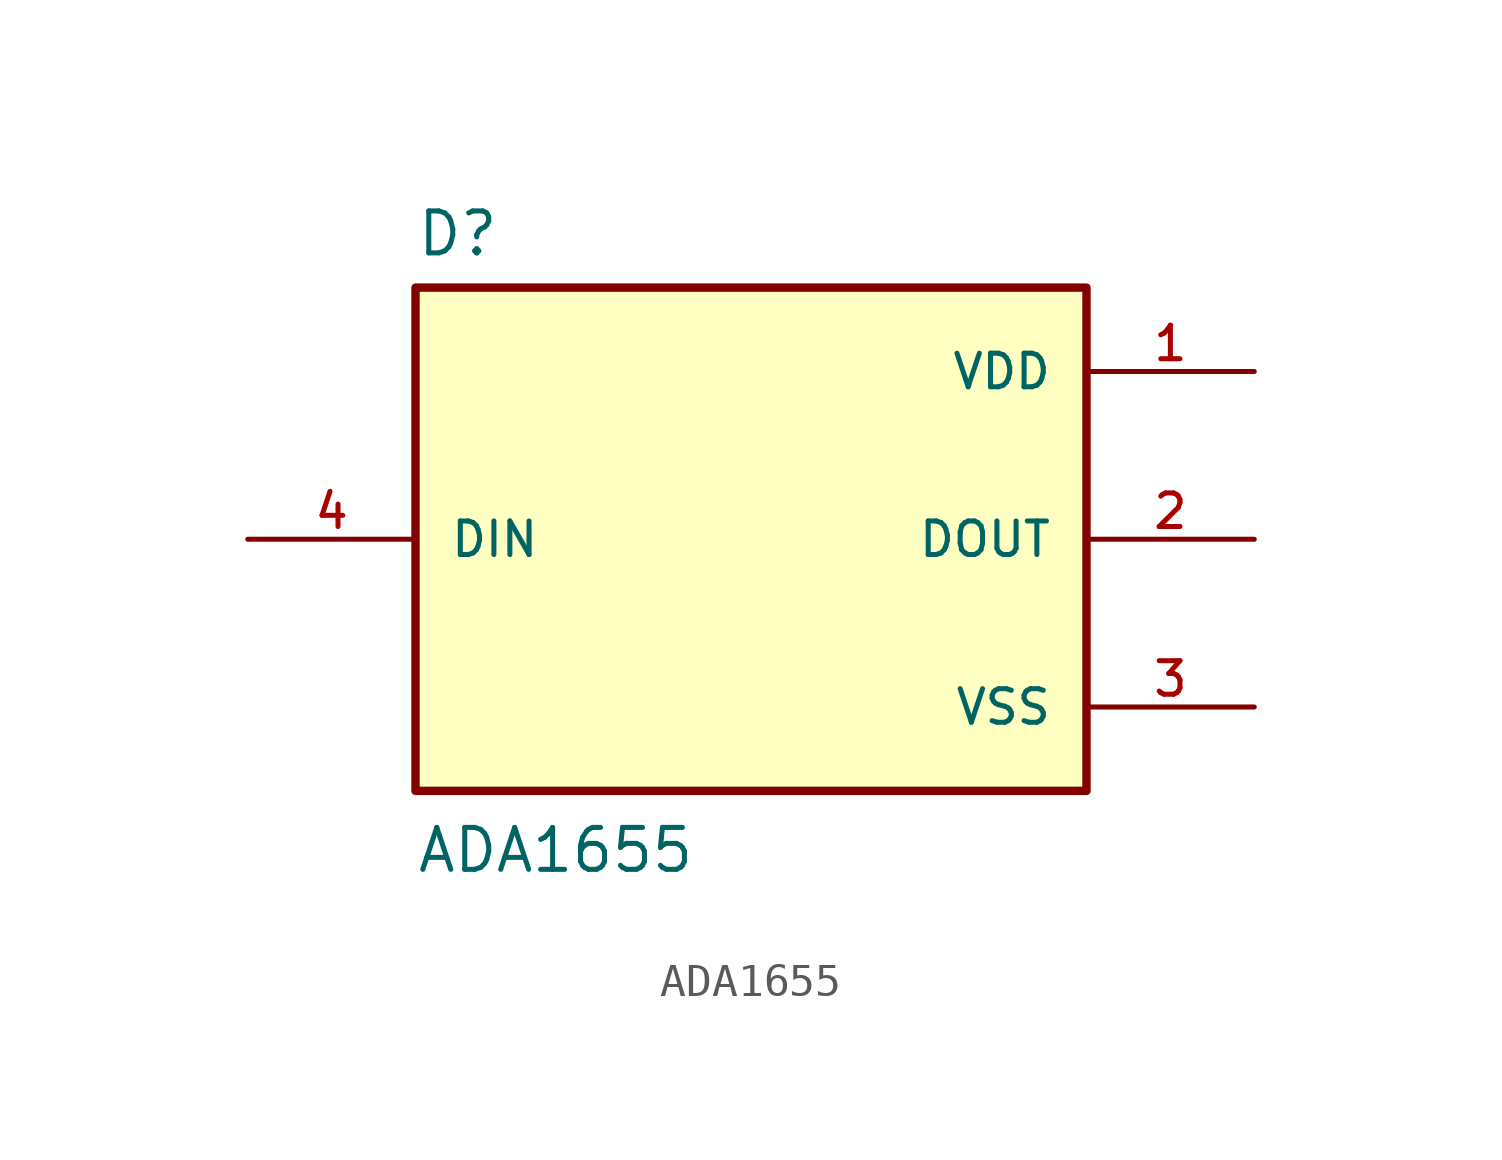
<source format=kicad_sym>
(kicad_symbol_lib
  (version 20211014)
  (generator kicad_symbol_editor)
  (symbol "ADA1655"
    (pin_names
      (offset 1.016))
    (property "Reference" "D"
      (at -10.16 8.509 0)
      (effects (font (size 1.27 1.27)) (justify bottom left)))
    (property "Value" "ADA1655"
      (at -10.16 -10.16 0)
      (effects (font (size 1.27 1.27)) (justify bottom left)))
    (symbol "ADA1655_0_0"
      (rectangle (start -10.16 -7.62) (end 10.16 7.62) (stroke (width 0.254)) (fill (type background)))
      (pin power_in line (at 15.24 5.08 180.0) (length 5.08) (name "VDD" (effects (font (size 1.016 1.016)))) (number "1" (effects (font (size 1.016 1.016)))))
      (pin output line (at 15.24 0.0 180.0) (length 5.08) (name "DOUT" (effects (font (size 1.016 1.016)))) (number "2" (effects (font (size 1.016 1.016)))))
      (pin input line (at -15.24 0.0 0) (length 5.08) (name "DIN" (effects (font (size 1.016 1.016)))) (number "4" (effects (font (size 1.016 1.016)))))
      (pin power_in line (at 15.24 -5.08 180.0) (length 5.08) (name "VSS" (effects (font (size 1.016 1.016)))) (number "3" (effects (font (size 1.016 1.016))))))))
</source>
